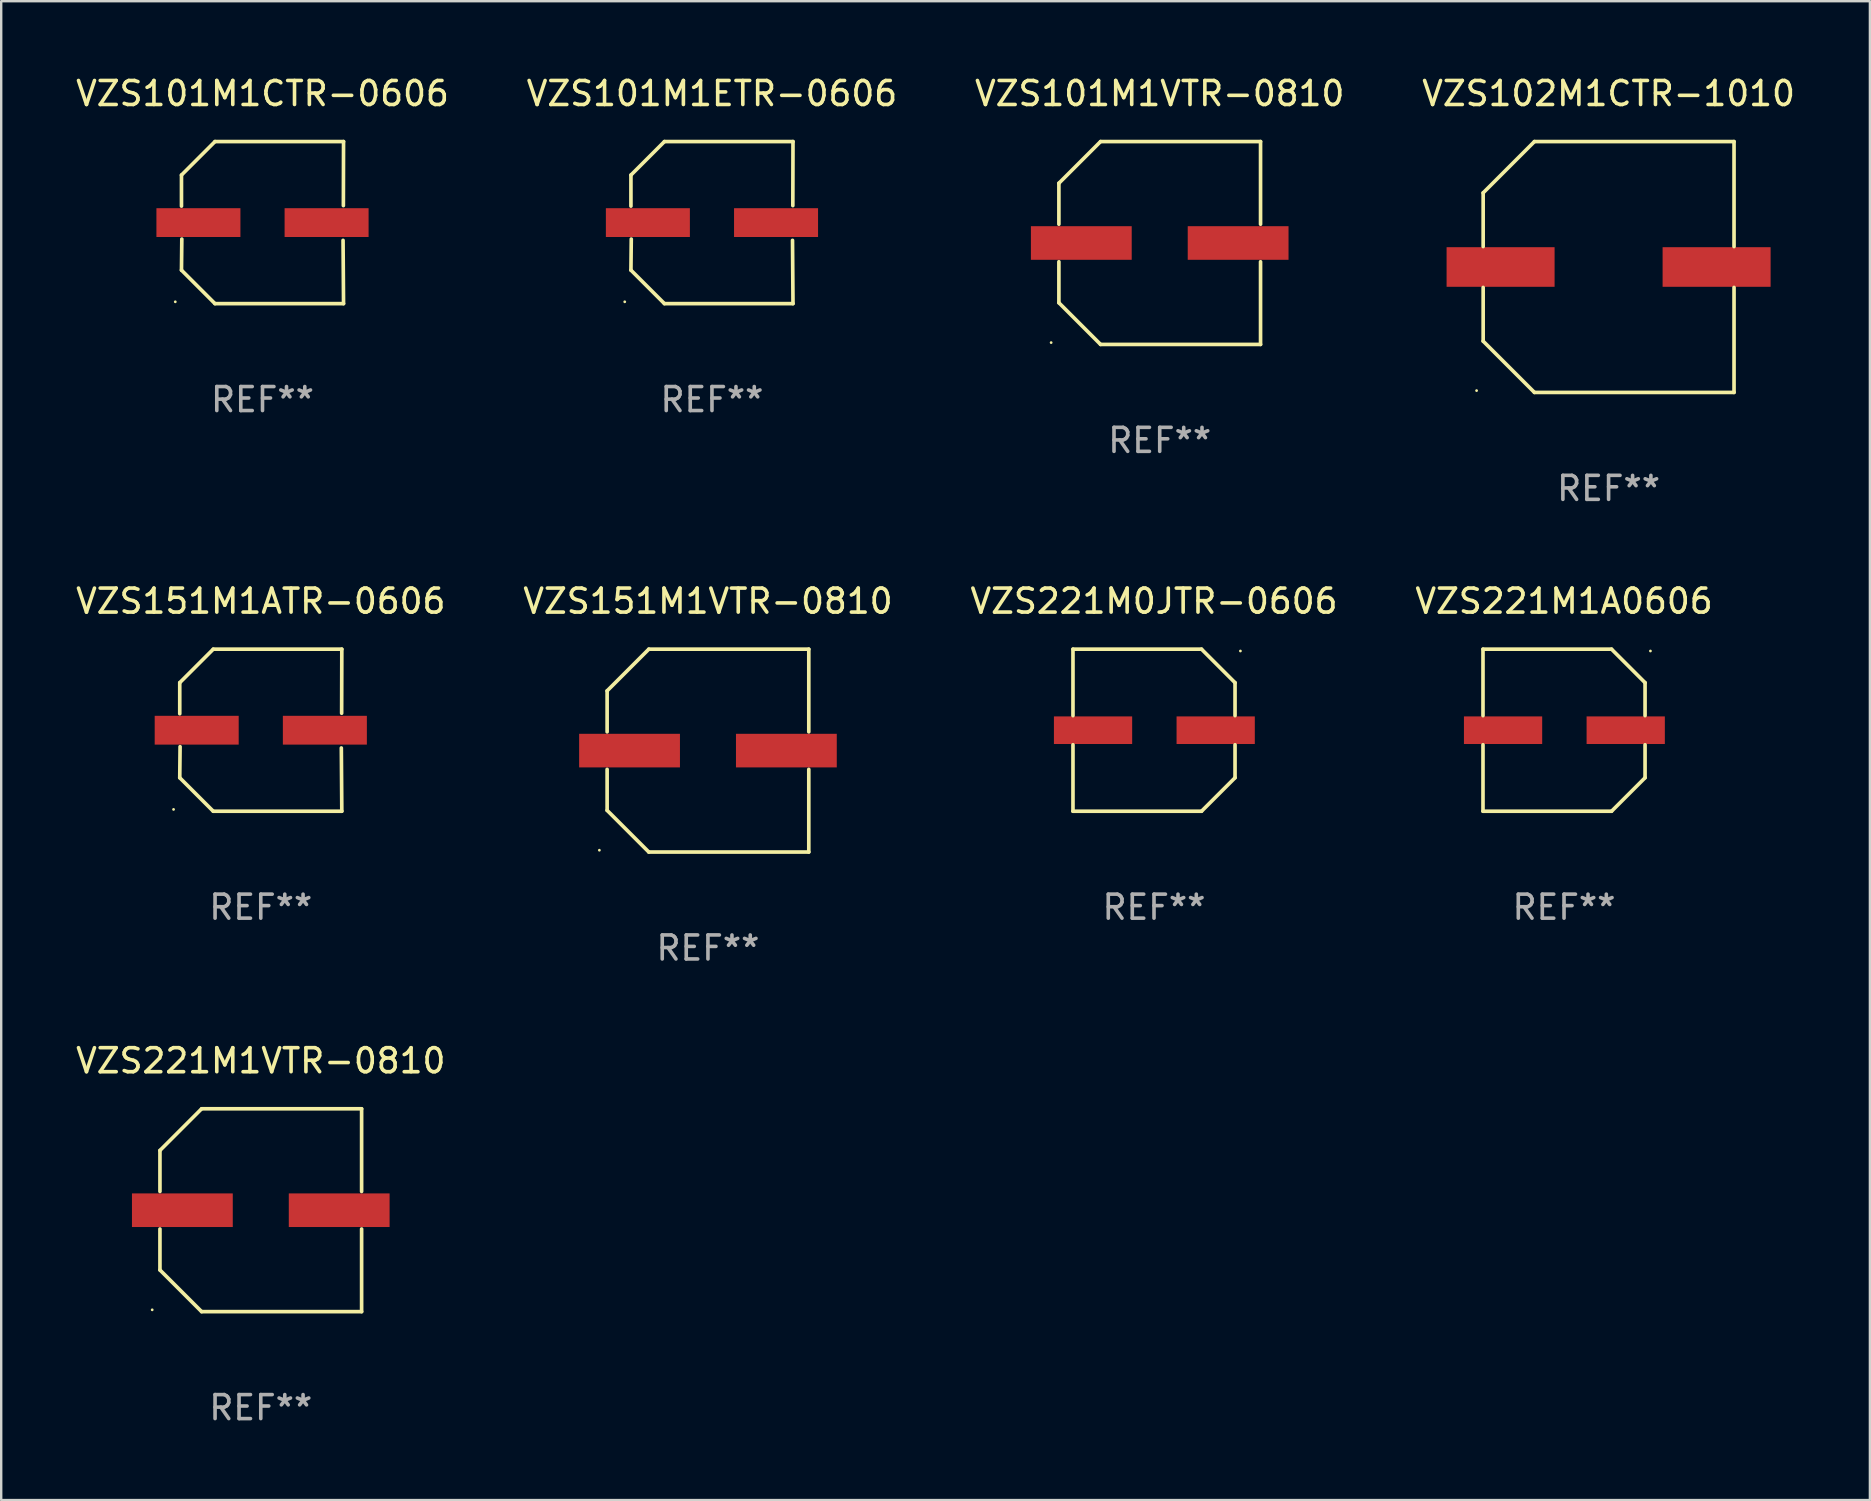
<source format=kicad_pcb>
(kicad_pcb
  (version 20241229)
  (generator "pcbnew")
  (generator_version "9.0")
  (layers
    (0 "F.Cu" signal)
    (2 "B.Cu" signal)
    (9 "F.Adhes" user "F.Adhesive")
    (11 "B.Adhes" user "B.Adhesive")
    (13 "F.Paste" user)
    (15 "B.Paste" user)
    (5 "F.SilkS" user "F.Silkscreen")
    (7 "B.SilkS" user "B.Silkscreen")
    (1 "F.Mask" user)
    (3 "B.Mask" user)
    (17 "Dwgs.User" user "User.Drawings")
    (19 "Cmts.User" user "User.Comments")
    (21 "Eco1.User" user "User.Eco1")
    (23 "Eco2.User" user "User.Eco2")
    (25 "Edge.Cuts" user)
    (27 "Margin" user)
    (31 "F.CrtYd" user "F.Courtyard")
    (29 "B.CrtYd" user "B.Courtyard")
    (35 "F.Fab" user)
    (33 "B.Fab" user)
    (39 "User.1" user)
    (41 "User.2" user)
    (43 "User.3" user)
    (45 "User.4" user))
  (footprint "VZS101M1ETR-0606"
    (layer "F.Cu")
    (at 26.613 6.224)
    (property "Reference" "VZS101M1ETR-0606" (at 0 -5.376 0) (layer "F.SilkS") (effects (font (size 1 1) (thickness 0.15))))
    (attr through_hole)
    (fp_line (start -3.376 -1.98) (end -3.376 -0.686) (stroke (width 0.152) (type solid)) (layer "F.SilkS"))
    (fp_line (start -3.376 1.981) (end -3.362 0.686) (stroke (width 0.152) (type solid)) (layer "F.SilkS"))
    (fp_line (start -1.981 3.376) (end -3.376 1.981) (stroke (width 0.152) (type solid)) (layer "F.SilkS"))
    (fp_line (start -1.98 -3.376) (end -3.376 -1.98) (stroke (width 0.152) (type solid)) (layer "F.SilkS"))
    (fp_line (start 3.356 0.74) (end 3.376 3.376) (stroke (width 0.152) (type solid)) (layer "F.SilkS"))
    (fp_line (start 3.369 -0.707) (end 3.376 -3.376) (stroke (width 0.152) (type solid)) (layer "F.SilkS"))
    (fp_line (start 3.376 3.376) (end -1.981 3.376) (stroke (width 0.152) (type solid)) (layer "F.SilkS"))
    (fp_line (start 3.376 -3.376) (end -1.98 -3.376) (stroke (width 0.152) (type solid)) (layer "F.SilkS"))
    (fp_circle (center -3.634 3.3) (end -3.604 3.3) (stroke (width 0.06) (type solid)) (fill no) (layer "F.SilkS"))
    (fp_text user "REF**" (at 0 7.376 0) (layer "F.Fab") (effects (font (size 1 1) (thickness 0.15))))
    (pad "1" smd rect (at -2.67 0.000254) (size 3.5 1.2) (layers "F.Cu" "F.Mask" "F.Paste"))
    (pad "2" smd rect (at 2.67 0.000254) (size 3.5 1.2) (layers "F.Cu" "F.Mask" "F.Paste")))
  (footprint "VZS221M0JTR-0606"
    (layer "F.Cu")
    (at 45.03 27.373)
    (property "Reference" "VZS221M0JTR-0606" (at 0 -5.376 0) (layer "F.SilkS") (effects (font (size 1 1) (thickness 0.15))))
    (attr through_hole)
    (fp_line (start -3.376 -3.376) (end 1.98 -3.376) (stroke (width 0.152) (type solid)) (layer "F.SilkS"))
    (fp_line (start -3.376 -0.607) (end -3.376 -3.376) (stroke (width 0.152) (type solid)) (layer "F.SilkS"))
    (fp_line (start -3.376 0.607) (end -3.376 3.376) (stroke (width 0.152) (type solid)) (layer "F.SilkS"))
    (fp_line (start -3.376 3.376) (end 1.98 3.376) (stroke (width 0.152) (type solid)) (layer "F.SilkS"))
    (fp_line (start 1.98 -3.376) (end 3.376 -1.98) (stroke (width 0.152) (type solid)) (layer "F.SilkS"))
    (fp_line (start 1.98 3.376) (end 3.376 1.98) (stroke (width 0.152) (type solid)) (layer "F.SilkS"))
    (fp_line (start 3.376 -1.98) (end 3.376 -0.607) (stroke (width 0.152) (type solid)) (layer "F.SilkS"))
    (fp_line (start 3.376 1.98) (end 3.376 0.607) (stroke (width 0.152) (type solid)) (layer "F.SilkS"))
    (fp_circle (center 3.6 -3.3) (end 3.63 -3.3) (stroke (width 0.06) (type solid)) (fill no) (layer "F.SilkS"))
    (fp_text user "REF**" (at 0 7.376 0) (layer "F.Fab") (effects (font (size 1 1) (thickness 0.15))))
    (pad "1" smd rect (at 2.57 0 180) (size 3.26 1.15) (layers "F.Cu" "F.Mask" "F.Paste"))
    (pad "2" smd rect (at -2.54 0 180) (size 3.26 1.15) (layers "F.Cu" "F.Mask" "F.Paste")))
  (footprint "VZS151M1VTR-0810"
    (layer "F.Cu")
    (at 26.446 28.223)
    (property "Reference" "VZS151M1VTR-0810" (at 0 -6.226 0) (layer "F.SilkS") (effects (font (size 1 1) (thickness 0.15))))
    (attr through_hole)
    (fp_line (start -4.201 -2.49) (end -4.201 -0.782) (stroke (width 0.152) (type solid)) (layer "F.SilkS"))
    (fp_line (start -4.201 2.49) (end -4.201 0.782) (stroke (width 0.152) (type solid)) (layer "F.SilkS"))
    (fp_line (start -2.465 -4.226) (end -4.201 -2.49) (stroke (width 0.152) (type solid)) (layer "F.SilkS"))
    (fp_line (start -2.465 4.226) (end -4.201 2.49) (stroke (width 0.152) (type solid)) (layer "F.SilkS"))
    (fp_line (start 4.201 -4.226) (end -2.465 -4.226) (stroke (width 0.152) (type solid)) (layer "F.SilkS"))
    (fp_line (start 4.201 -0.782) (end 4.201 -4.226) (stroke (width 0.152) (type solid)) (layer "F.SilkS"))
    (fp_line (start 4.201 0.782) (end 4.201 4.226) (stroke (width 0.152) (type solid)) (layer "F.SilkS"))
    (fp_line (start 4.201 4.226) (end -2.465 4.226) (stroke (width 0.152) (type solid)) (layer "F.SilkS"))
    (fp_circle (center -4.524 4.15) (end -4.494 4.15) (stroke (width 0.06) (type solid)) (fill no) (layer "F.SilkS"))
    (fp_text user "REF**" (at 0 8.226 0) (layer "F.Fab") (effects (font (size 1 1) (thickness 0.15))))
    (pad "1" smd rect (at -3.267 0) (size 4.2 1.4) (layers "F.Cu" "F.Mask" "F.Paste"))
    (pad "2" smd rect (at 3.267 0) (size 4.2 1.4) (layers "F.Cu" "F.Mask" "F.Paste")))
  (footprint "VZS221M1VTR-0810"
    (layer "F.Cu")
    (at 7.815 47.372)
    (property "Reference" "VZS221M1VTR-0810" (at 0 -6.226 0) (layer "F.SilkS") (effects (font (size 1 1) (thickness 0.15))))
    (attr through_hole)
    (fp_line (start -4.201 -2.49) (end -4.201 -0.782) (stroke (width 0.152) (type solid)) (layer "F.SilkS"))
    (fp_line (start -4.201 2.49) (end -4.201 0.782) (stroke (width 0.152) (type solid)) (layer "F.SilkS"))
    (fp_line (start -2.465 -4.226) (end -4.201 -2.49) (stroke (width 0.152) (type solid)) (layer "F.SilkS"))
    (fp_line (start -2.465 4.226) (end -4.201 2.49) (stroke (width 0.152) (type solid)) (layer "F.SilkS"))
    (fp_line (start 4.201 -4.226) (end -2.465 -4.226) (stroke (width 0.152) (type solid)) (layer "F.SilkS"))
    (fp_line (start 4.201 -0.782) (end 4.201 -4.226) (stroke (width 0.152) (type solid)) (layer "F.SilkS"))
    (fp_line (start 4.201 0.782) (end 4.201 4.226) (stroke (width 0.152) (type solid)) (layer "F.SilkS"))
    (fp_line (start 4.201 4.226) (end -2.465 4.226) (stroke (width 0.152) (type solid)) (layer "F.SilkS"))
    (fp_circle (center -4.524 4.15) (end -4.494 4.15) (stroke (width 0.06) (type solid)) (fill no) (layer "F.SilkS"))
    (fp_text user "REF**" (at 0 8.226 0) (layer "F.Fab") (effects (font (size 1 1) (thickness 0.15))))
    (pad "1" smd rect (at -3.267 0) (size 4.2 1.4) (layers "F.Cu" "F.Mask" "F.Paste"))
    (pad "2" smd rect (at 3.267 0) (size 4.2 1.4) (layers "F.Cu" "F.Mask" "F.Paste")))
  (footprint "VZS102M1CTR-1010"
    (layer "F.Cu")
    (at 63.97 8.074)
    (property "Reference" "VZS102M1CTR-1010" (at 0 -7.226 0) (layer "F.SilkS") (effects (font (size 1 1) (thickness 0.15))))
    (attr through_hole)
    (fp_line (start -5.226 -3.09) (end -5.226 -0.852) (stroke (width 0.152) (type solid)) (layer "F.SilkS"))
    (fp_line (start -5.226 3.09) (end -5.226 0.852) (stroke (width 0.152) (type solid)) (layer "F.SilkS"))
    (fp_line (start -3.09 -5.226) (end -5.226 -3.09) (stroke (width 0.152) (type solid)) (layer "F.SilkS"))
    (fp_line (start -3.09 5.226) (end -5.226 3.09) (stroke (width 0.152) (type solid)) (layer "F.SilkS"))
    (fp_line (start 5.226 -5.226) (end -3.09 -5.226) (stroke (width 0.152) (type solid)) (layer "F.SilkS"))
    (fp_line (start 5.226 -0.852) (end 5.226 -5.226) (stroke (width 0.152) (type solid)) (layer "F.SilkS"))
    (fp_line (start 5.226 0.852) (end 5.226 5.226) (stroke (width 0.152) (type solid)) (layer "F.SilkS"))
    (fp_line (start 5.226 5.226) (end -3.09 5.226) (stroke (width 0.152) (type solid)) (layer "F.SilkS"))
    (fp_circle (center -5.5 5.15) (end -5.47 5.15) (stroke (width 0.06) (type solid)) (fill no) (layer "F.SilkS"))
    (fp_text user "REF**" (at 0 9.226 0) (layer "F.Fab") (effects (font (size 1 1) (thickness 0.15))))
    (pad "1" smd rect (at -4.5 -0.000025) (size 4.5 1.65) (layers "F.Cu" "F.Mask" "F.Paste"))
    (pad "2" smd rect (at 4.5 -0.000025) (size 4.5 1.65) (layers "F.Cu" "F.Mask" "F.Paste")))
  (footprint "VZS101M1VTR-0810"
    (layer "F.Cu")
    (at 45.268 7.074)
    (property "Reference" "VZS101M1VTR-0810" (at 0 -6.226 0) (layer "F.SilkS") (effects (font (size 1 1) (thickness 0.15))))
    (attr through_hole)
    (fp_line (start -4.201 -2.49) (end -4.201 -0.782) (stroke (width 0.152) (type solid)) (layer "F.SilkS"))
    (fp_line (start -4.201 2.49) (end -4.201 0.782) (stroke (width 0.152) (type solid)) (layer "F.SilkS"))
    (fp_line (start -2.465 -4.226) (end -4.201 -2.49) (stroke (width 0.152) (type solid)) (layer "F.SilkS"))
    (fp_line (start -2.465 4.226) (end -4.201 2.49) (stroke (width 0.152) (type solid)) (layer "F.SilkS"))
    (fp_line (start 4.201 -4.226) (end -2.465 -4.226) (stroke (width 0.152) (type solid)) (layer "F.SilkS"))
    (fp_line (start 4.201 -0.782) (end 4.201 -4.226) (stroke (width 0.152) (type solid)) (layer "F.SilkS"))
    (fp_line (start 4.201 0.782) (end 4.201 4.226) (stroke (width 0.152) (type solid)) (layer "F.SilkS"))
    (fp_line (start 4.201 4.226) (end -2.465 4.226) (stroke (width 0.152) (type solid)) (layer "F.SilkS"))
    (fp_circle (center -4.524 4.15) (end -4.494 4.15) (stroke (width 0.06) (type solid)) (fill no) (layer "F.SilkS"))
    (fp_text user "REF**" (at 0 8.226 0) (layer "F.Fab") (effects (font (size 1 1) (thickness 0.15))))
    (pad "1" smd rect (at -3.267 0) (size 4.2 1.4) (layers "F.Cu" "F.Mask" "F.Paste"))
    (pad "2" smd rect (at 3.267 0) (size 4.2 1.4) (layers "F.Cu" "F.Mask" "F.Paste")))
  (footprint "VZS101M1CTR-0606"
    (layer "F.Cu")
    (at 7.887 6.224)
    (property "Reference" "VZS101M1CTR-0606" (at 0 -5.376 0) (layer "F.SilkS") (effects (font (size 1 1) (thickness 0.15))))
    (attr through_hole)
    (fp_line (start -3.376 -1.98) (end -3.376 -0.686) (stroke (width 0.152) (type solid)) (layer "F.SilkS"))
    (fp_line (start -3.376 1.981) (end -3.362 0.686) (stroke (width 0.152) (type solid)) (layer "F.SilkS"))
    (fp_line (start -1.981 3.376) (end -3.376 1.981) (stroke (width 0.152) (type solid)) (layer "F.SilkS"))
    (fp_line (start -1.98 -3.376) (end -3.376 -1.98) (stroke (width 0.152) (type solid)) (layer "F.SilkS"))
    (fp_line (start 3.356 0.74) (end 3.376 3.376) (stroke (width 0.152) (type solid)) (layer "F.SilkS"))
    (fp_line (start 3.369 -0.707) (end 3.376 -3.376) (stroke (width 0.152) (type solid)) (layer "F.SilkS"))
    (fp_line (start 3.376 3.376) (end -1.981 3.376) (stroke (width 0.152) (type solid)) (layer "F.SilkS"))
    (fp_line (start 3.376 -3.376) (end -1.98 -3.376) (stroke (width 0.152) (type solid)) (layer "F.SilkS"))
    (fp_circle (center -3.634 3.3) (end -3.604 3.3) (stroke (width 0.06) (type solid)) (fill no) (layer "F.SilkS"))
    (fp_text user "REF**" (at 0 7.376 0) (layer "F.Fab") (effects (font (size 1 1) (thickness 0.15))))
    (pad "1" smd rect (at -2.67 0.000254) (size 3.5 1.2) (layers "F.Cu" "F.Mask" "F.Paste"))
    (pad "2" smd rect (at 2.67 0.000254) (size 3.5 1.2) (layers "F.Cu" "F.Mask" "F.Paste")))
  (footprint "VZS151M1ATR-0606"
    (layer "F.Cu")
    (at 7.815 27.373)
    (property "Reference" "VZS151M1ATR-0606" (at 0 -5.376 0) (layer "F.SilkS") (effects (font (size 1 1) (thickness 0.15))))
    (attr through_hole)
    (fp_line (start -3.376 -1.98) (end -3.376 -0.686) (stroke (width 0.152) (type solid)) (layer "F.SilkS"))
    (fp_line (start -3.376 1.981) (end -3.362 0.686) (stroke (width 0.152) (type solid)) (layer "F.SilkS"))
    (fp_line (start -1.981 3.376) (end -3.376 1.981) (stroke (width 0.152) (type solid)) (layer "F.SilkS"))
    (fp_line (start -1.98 -3.376) (end -3.376 -1.98) (stroke (width 0.152) (type solid)) (layer "F.SilkS"))
    (fp_line (start 3.356 0.74) (end 3.376 3.376) (stroke (width 0.152) (type solid)) (layer "F.SilkS"))
    (fp_line (start 3.369 -0.707) (end 3.376 -3.376) (stroke (width 0.152) (type solid)) (layer "F.SilkS"))
    (fp_line (start 3.376 3.376) (end -1.981 3.376) (stroke (width 0.152) (type solid)) (layer "F.SilkS"))
    (fp_line (start 3.376 -3.376) (end -1.98 -3.376) (stroke (width 0.152) (type solid)) (layer "F.SilkS"))
    (fp_circle (center -3.634 3.3) (end -3.604 3.3) (stroke (width 0.06) (type solid)) (fill no) (layer "F.SilkS"))
    (fp_text user "REF**" (at 0 7.376 0) (layer "F.Fab") (effects (font (size 1 1) (thickness 0.15))))
    (pad "1" smd rect (at -2.67 0.000254) (size 3.5 1.2) (layers "F.Cu" "F.Mask" "F.Paste"))
    (pad "2" smd rect (at 2.67 0.000254) (size 3.5 1.2) (layers "F.Cu" "F.Mask" "F.Paste")))
  (footprint "VZS221M1A0606"
    (layer "F.Cu")
    (at 62.113 27.373)
    (property "Reference" "VZS221M1A0606" (at 0 -5.376 0) (layer "F.SilkS") (effects (font (size 1 1) (thickness 0.15))))
    (attr through_hole)
    (fp_line (start -3.376 -3.376) (end 1.98 -3.376) (stroke (width 0.152) (type solid)) (layer "F.SilkS"))
    (fp_line (start -3.376 -0.607) (end -3.376 -3.376) (stroke (width 0.152) (type solid)) (layer "F.SilkS"))
    (fp_line (start -3.376 0.607) (end -3.376 3.376) (stroke (width 0.152) (type solid)) (layer "F.SilkS"))
    (fp_line (start -3.376 3.376) (end 1.98 3.376) (stroke (width 0.152) (type solid)) (layer "F.SilkS"))
    (fp_line (start 1.98 -3.376) (end 3.376 -1.98) (stroke (width 0.152) (type solid)) (layer "F.SilkS"))
    (fp_line (start 1.98 3.376) (end 3.376 1.98) (stroke (width 0.152) (type solid)) (layer "F.SilkS"))
    (fp_line (start 3.376 -1.98) (end 3.376 -0.607) (stroke (width 0.152) (type solid)) (layer "F.SilkS"))
    (fp_line (start 3.376 1.98) (end 3.376 0.607) (stroke (width 0.152) (type solid)) (layer "F.SilkS"))
    (fp_circle (center 3.6 -3.3) (end 3.63 -3.3) (stroke (width 0.06) (type solid)) (fill no) (layer "F.SilkS"))
    (fp_text user "REF**" (at 0 7.376 0) (layer "F.Fab") (effects (font (size 1 1) (thickness 0.15))))
    (pad "1" smd rect (at 2.57 0 180) (size 3.26 1.15) (layers "F.Cu" "F.Mask" "F.Paste"))
    (pad "2" smd rect (at -2.54 0 180) (size 3.26 1.15) (layers "F.Cu" "F.Mask" "F.Paste")))
  (gr_rect
    (start -3 -3)
    (end 74.857 59.447)
    (stroke (width 0.1) (type default))
    (fill no)
    (layer "Edge.Cuts")))
</source>
